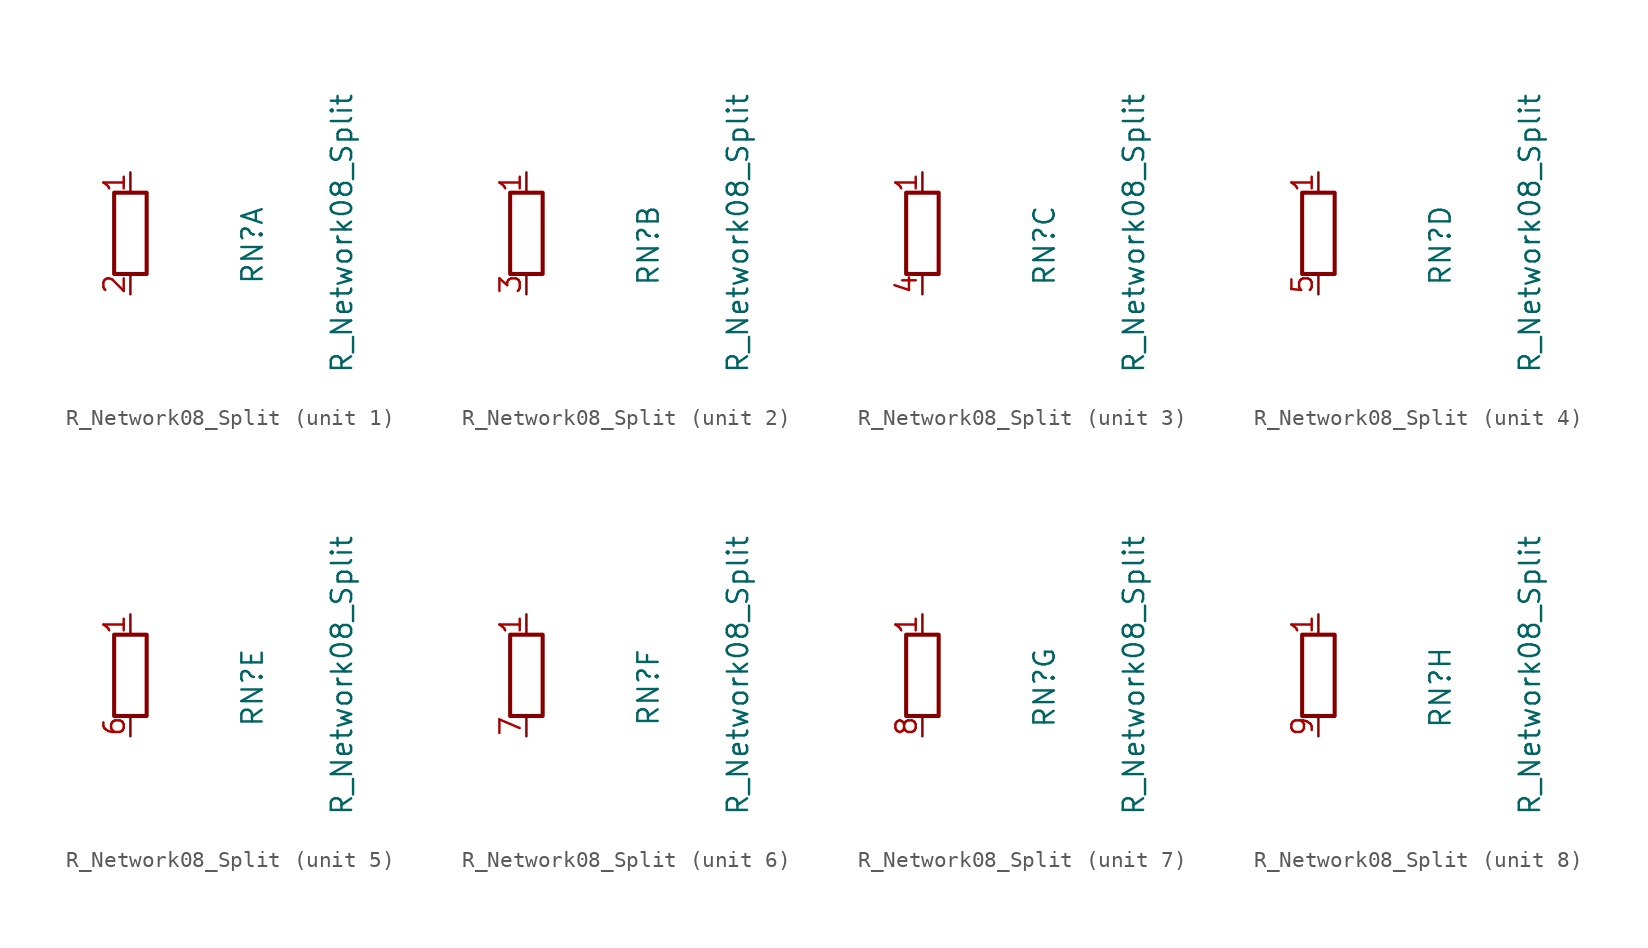
<source format=kicad_sym>
(kicad_symbol_lib
  (version 20231120)
  (generator "kicad_symbol_editor")
  (generator_version "8.0")
  (symbol "R_Network08_Split"
    (pin_names
      (offset 0) hide)
    (property "Reference" "RN"
      (at 7.62 -0.762 90)
      (effects (font (size 1.27 1.27))))
    (property "Value" "R_Network08_Split"
      (at 13.208 0 90)
      (effects (font (size 1.27 1.27))))
    (symbol "R_Network08_Split_0_1"
      (rectangle (start 1.016 2.54) (end -1.016 -2.54) (stroke (width 0.254) (type default)) (fill (type none)))
      (pin passive line (at 0 3.81 270) (length 1.27) (name "R1" (effects (font (size 1.27 1.27)))) (number "1" (effects (font (size 1.27 1.27))))))
    (symbol "R_Network08_Split_1_1"
      (pin passive line (at 0 -3.81 90) (length 1.27) (name "R1.2" (effects (font (size 1.27 1.27)))) (number "2" (effects (font (size 1.27 1.27))))))
    (symbol "R_Network08_Split_2_1"
      (pin passive line (at 0 -3.81 90) (length 1.27) (name "R2.2" (effects (font (size 1.27 1.27)))) (number "3" (effects (font (size 1.27 1.27))))))
    (symbol "R_Network08_Split_3_1"
      (pin passive line (at 0 -3.81 90) (length 1.27) (name "R3.2" (effects (font (size 1.27 1.27)))) (number "4" (effects (font (size 1.27 1.27))))))
    (symbol "R_Network08_Split_4_1"
      (pin passive line (at 0 -3.81 90) (length 1.27) (name "R4.2" (effects (font (size 1.27 1.27)))) (number "5" (effects (font (size 1.27 1.27))))))
    (symbol "R_Network08_Split_5_1"
      (pin passive line (at 0 -3.81 90) (length 1.27) (name "R5.2" (effects (font (size 1.27 1.27)))) (number "6" (effects (font (size 1.27 1.27))))))
    (symbol "R_Network08_Split_6_1"
      (pin passive line (at 0 -3.81 90) (length 1.27) (name "R6.2" (effects (font (size 1.27 1.27)))) (number "7" (effects (font (size 1.27 1.27))))))
    (symbol "R_Network08_Split_7_1"
      (pin passive line (at 0 -3.81 90) (length 1.27) (name "R7.2" (effects (font (size 1.27 1.27)))) (number "8" (effects (font (size 1.27 1.27))))))
    (symbol "R_Network08_Split_8_1"
      (pin passive line (at 0 -3.81 90) (length 1.27) (name "R8.2" (effects (font (size 1.27 1.27)))) (number "9" (effects (font (size 1.27 1.27))))))))
</source>
